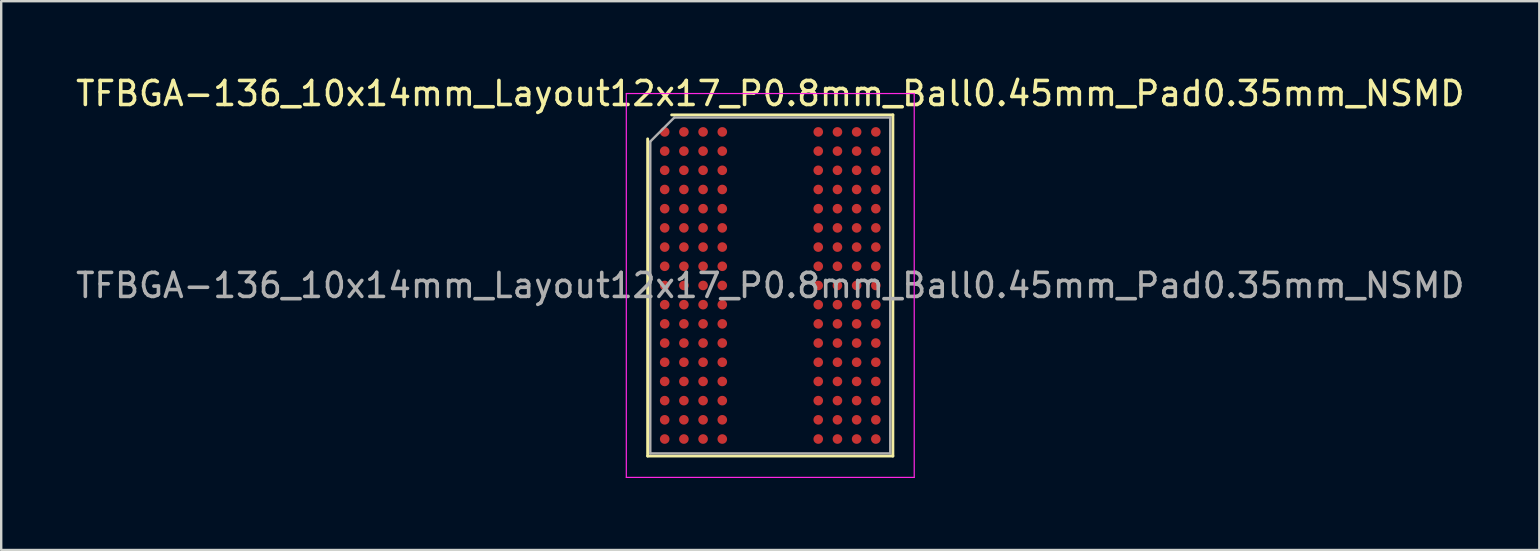
<source format=kicad_pcb>
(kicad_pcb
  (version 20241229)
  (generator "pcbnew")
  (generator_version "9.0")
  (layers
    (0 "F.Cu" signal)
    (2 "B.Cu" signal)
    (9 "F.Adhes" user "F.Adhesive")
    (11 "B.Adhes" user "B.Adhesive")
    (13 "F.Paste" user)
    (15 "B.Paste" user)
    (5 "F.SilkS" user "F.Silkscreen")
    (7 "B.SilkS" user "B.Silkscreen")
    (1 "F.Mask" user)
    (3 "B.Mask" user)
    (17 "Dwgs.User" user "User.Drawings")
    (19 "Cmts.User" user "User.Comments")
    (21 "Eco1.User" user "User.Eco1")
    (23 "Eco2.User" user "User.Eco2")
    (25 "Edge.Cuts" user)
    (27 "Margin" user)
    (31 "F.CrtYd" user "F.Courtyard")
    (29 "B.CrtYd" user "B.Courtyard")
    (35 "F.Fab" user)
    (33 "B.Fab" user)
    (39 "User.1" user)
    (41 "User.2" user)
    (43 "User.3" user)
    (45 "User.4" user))
  (footprint "TFBGA-136_10x14mm_Layout12x17_P0.8mm_Ball0.45mm_Pad0.35mm_NSMD"
    (layer "F.Cu")
    (at 29.054 8.848)
    (property "Reference" "TFBGA-136_10x14mm_Layout12x17_P0.8mm_Ball0.45mm_Pad0.35mm_NSMD" (at 0 -8 0) (layer "F.SilkS") (effects (font (size 1 1) (thickness 0.15))))
    (attr smd)
    (fp_line (start -5.11 7.11) (end -5.11 -6.11) (stroke (width 0.12) (type solid)) (layer "F.SilkS"))
    (fp_line (start -4.11 -7.11) (end 5.11 -7.11) (stroke (width 0.12) (type solid)) (layer "F.SilkS"))
    (fp_line (start 5.11 -7.11) (end 5.11 7.11) (stroke (width 0.12) (type solid)) (layer "F.SilkS"))
    (fp_line (start 5.11 7.11) (end -5.11 7.11) (stroke (width 0.12) (type solid)) (layer "F.SilkS"))
    (fp_line (start -6 -8) (end -6 8) (stroke (width 0.05) (type solid)) (layer "F.CrtYd"))
    (fp_line (start -6 8) (end 6 8) (stroke (width 0.05) (type solid)) (layer "F.CrtYd"))
    (fp_line (start 6 -8) (end -6 -8) (stroke (width 0.05) (type solid)) (layer "F.CrtYd"))
    (fp_line (start 6 8) (end 6 -8) (stroke (width 0.05) (type solid)) (layer "F.CrtYd"))
    (fp_line (start -5 -6) (end -4 -7) (stroke (width 0.1) (type solid)) (layer "F.Fab"))
    (fp_line (start -5 7) (end -5 -6) (stroke (width 0.1) (type solid)) (layer "F.Fab"))
    (fp_line (start -4 -7) (end 5 -7) (stroke (width 0.1) (type solid)) (layer "F.Fab"))
    (fp_line (start 5 -7) (end 5 7) (stroke (width 0.1) (type solid)) (layer "F.Fab"))
    (fp_line (start 5 7) (end -5 7) (stroke (width 0.1) (type solid)) (layer "F.Fab"))
    (fp_text user "${REFERENCE}" (at 0 0 0) (layer "F.Fab") (effects (font (size 1 1) (thickness 0.15))))
    (pad "A1" smd circle (at -4.4 -6.4) (size 0.4 0.4) (layers "F.Cu" "F.Mask" "F.Paste"))
    (pad "A2" smd circle (at -3.6 -6.4) (size 0.4 0.4) (layers "F.Cu" "F.Mask" "F.Paste"))
    (pad "A3" smd circle (at -2.8 -6.4) (size 0.4 0.4) (layers "F.Cu" "F.Mask" "F.Paste"))
    (pad "A4" smd circle (at -2 -6.4) (size 0.4 0.4) (layers "F.Cu" "F.Mask" "F.Paste"))
    (pad "A9" smd circle (at 2 -6.4) (size 0.4 0.4) (layers "F.Cu" "F.Mask" "F.Paste"))
    (pad "A10" smd circle (at 2.8 -6.4) (size 0.4 0.4) (layers "F.Cu" "F.Mask" "F.Paste"))
    (pad "A11" smd circle (at 3.6 -6.4) (size 0.4 0.4) (layers "F.Cu" "F.Mask" "F.Paste"))
    (pad "A12" smd circle (at 4.4 -6.4) (size 0.4 0.4) (layers "F.Cu" "F.Mask" "F.Paste"))
    (pad "B1" smd circle (at -4.4 -5.6) (size 0.4 0.4) (layers "F.Cu" "F.Mask" "F.Paste"))
    (pad "B2" smd circle (at -3.6 -5.6) (size 0.4 0.4) (layers "F.Cu" "F.Mask" "F.Paste"))
    (pad "B3" smd circle (at -2.8 -5.6) (size 0.4 0.4) (layers "F.Cu" "F.Mask" "F.Paste"))
    (pad "B4" smd circle (at -2 -5.6) (size 0.4 0.4) (layers "F.Cu" "F.Mask" "F.Paste"))
    (pad "B9" smd circle (at 2 -5.6) (size 0.4 0.4) (layers "F.Cu" "F.Mask" "F.Paste"))
    (pad "B10" smd circle (at 2.8 -5.6) (size 0.4 0.4) (layers "F.Cu" "F.Mask" "F.Paste"))
    (pad "B11" smd circle (at 3.6 -5.6) (size 0.4 0.4) (layers "F.Cu" "F.Mask" "F.Paste"))
    (pad "B12" smd circle (at 4.4 -5.6) (size 0.4 0.4) (layers "F.Cu" "F.Mask" "F.Paste"))
    (pad "C1" smd circle (at -4.4 -4.8) (size 0.4 0.4) (layers "F.Cu" "F.Mask" "F.Paste"))
    (pad "C2" smd circle (at -3.6 -4.8) (size 0.4 0.4) (layers "F.Cu" "F.Mask" "F.Paste"))
    (pad "C3" smd circle (at -2.8 -4.8) (size 0.4 0.4) (layers "F.Cu" "F.Mask" "F.Paste"))
    (pad "C4" smd circle (at -2 -4.8) (size 0.4 0.4) (layers "F.Cu" "F.Mask" "F.Paste"))
    (pad "C9" smd circle (at 2 -4.8) (size 0.4 0.4) (layers "F.Cu" "F.Mask" "F.Paste"))
    (pad "C10" smd circle (at 2.8 -4.8) (size 0.4 0.4) (layers "F.Cu" "F.Mask" "F.Paste"))
    (pad "C11" smd circle (at 3.6 -4.8) (size 0.4 0.4) (layers "F.Cu" "F.Mask" "F.Paste"))
    (pad "C12" smd circle (at 4.4 -4.8) (size 0.4 0.4) (layers "F.Cu" "F.Mask" "F.Paste"))
    (pad "D1" smd circle (at -4.4 -4) (size 0.4 0.4) (layers "F.Cu" "F.Mask" "F.Paste"))
    (pad "D2" smd circle (at -3.6 -4) (size 0.4 0.4) (layers "F.Cu" "F.Mask" "F.Paste"))
    (pad "D3" smd circle (at -2.8 -4) (size 0.4 0.4) (layers "F.Cu" "F.Mask" "F.Paste"))
    (pad "D4" smd circle (at -2 -4) (size 0.4 0.4) (layers "F.Cu" "F.Mask" "F.Paste"))
    (pad "D9" smd circle (at 2 -4) (size 0.4 0.4) (layers "F.Cu" "F.Mask" "F.Paste"))
    (pad "D10" smd circle (at 2.8 -4) (size 0.4 0.4) (layers "F.Cu" "F.Mask" "F.Paste"))
    (pad "D11" smd circle (at 3.6 -4) (size 0.4 0.4) (layers "F.Cu" "F.Mask" "F.Paste"))
    (pad "D12" smd circle (at 4.4 -4) (size 0.4 0.4) (layers "F.Cu" "F.Mask" "F.Paste"))
    (pad "E1" smd circle (at -4.4 -3.2) (size 0.4 0.4) (layers "F.Cu" "F.Mask" "F.Paste"))
    (pad "E2" smd circle (at -3.6 -3.2) (size 0.4 0.4) (layers "F.Cu" "F.Mask" "F.Paste"))
    (pad "E3" smd circle (at -2.8 -3.2) (size 0.4 0.4) (layers "F.Cu" "F.Mask" "F.Paste"))
    (pad "E4" smd circle (at -2 -3.2) (size 0.4 0.4) (layers "F.Cu" "F.Mask" "F.Paste"))
    (pad "E9" smd circle (at 2 -3.2) (size 0.4 0.4) (layers "F.Cu" "F.Mask" "F.Paste"))
    (pad "E10" smd circle (at 2.8 -3.2) (size 0.4 0.4) (layers "F.Cu" "F.Mask" "F.Paste"))
    (pad "E11" smd circle (at 3.6 -3.2) (size 0.4 0.4) (layers "F.Cu" "F.Mask" "F.Paste"))
    (pad "E12" smd circle (at 4.4 -3.2) (size 0.4 0.4) (layers "F.Cu" "F.Mask" "F.Paste"))
    (pad "F1" smd circle (at -4.4 -2.4) (size 0.4 0.4) (layers "F.Cu" "F.Mask" "F.Paste"))
    (pad "F2" smd circle (at -3.6 -2.4) (size 0.4 0.4) (layers "F.Cu" "F.Mask" "F.Paste"))
    (pad "F3" smd circle (at -2.8 -2.4) (size 0.4 0.4) (layers "F.Cu" "F.Mask" "F.Paste"))
    (pad "F4" smd circle (at -2 -2.4) (size 0.4 0.4) (layers "F.Cu" "F.Mask" "F.Paste"))
    (pad "F9" smd circle (at 2 -2.4) (size 0.4 0.4) (layers "F.Cu" "F.Mask" "F.Paste"))
    (pad "F10" smd circle (at 2.8 -2.4) (size 0.4 0.4) (layers "F.Cu" "F.Mask" "F.Paste"))
    (pad "F11" smd circle (at 3.6 -2.4) (size 0.4 0.4) (layers "F.Cu" "F.Mask" "F.Paste"))
    (pad "F12" smd circle (at 4.4 -2.4) (size 0.4 0.4) (layers "F.Cu" "F.Mask" "F.Paste"))
    (pad "G1" smd circle (at -4.4 -1.6) (size 0.4 0.4) (layers "F.Cu" "F.Mask" "F.Paste"))
    (pad "G2" smd circle (at -3.6 -1.6) (size 0.4 0.4) (layers "F.Cu" "F.Mask" "F.Paste"))
    (pad "G3" smd circle (at -2.8 -1.6) (size 0.4 0.4) (layers "F.Cu" "F.Mask" "F.Paste"))
    (pad "G4" smd circle (at -2 -1.6) (size 0.4 0.4) (layers "F.Cu" "F.Mask" "F.Paste"))
    (pad "G9" smd circle (at 2 -1.6) (size 0.4 0.4) (layers "F.Cu" "F.Mask" "F.Paste"))
    (pad "G10" smd circle (at 2.8 -1.6) (size 0.4 0.4) (layers "F.Cu" "F.Mask" "F.Paste"))
    (pad "G11" smd circle (at 3.6 -1.6) (size 0.4 0.4) (layers "F.Cu" "F.Mask" "F.Paste"))
    (pad "G12" smd circle (at 4.4 -1.6) (size 0.4 0.4) (layers "F.Cu" "F.Mask" "F.Paste"))
    (pad "H1" smd circle (at -4.4 -0.8) (size 0.4 0.4) (layers "F.Cu" "F.Mask" "F.Paste"))
    (pad "H2" smd circle (at -3.6 -0.8) (size 0.4 0.4) (layers "F.Cu" "F.Mask" "F.Paste"))
    (pad "H3" smd circle (at -2.8 -0.8) (size 0.4 0.4) (layers "F.Cu" "F.Mask" "F.Paste"))
    (pad "H4" smd circle (at -2 -0.8) (size 0.4 0.4) (layers "F.Cu" "F.Mask" "F.Paste"))
    (pad "H9" smd circle (at 2 -0.8) (size 0.4 0.4) (layers "F.Cu" "F.Mask" "F.Paste"))
    (pad "H10" smd circle (at 2.8 -0.8) (size 0.4 0.4) (layers "F.Cu" "F.Mask" "F.Paste"))
    (pad "H11" smd circle (at 3.6 -0.8) (size 0.4 0.4) (layers "F.Cu" "F.Mask" "F.Paste"))
    (pad "H12" smd circle (at 4.4 -0.8) (size 0.4 0.4) (layers "F.Cu" "F.Mask" "F.Paste"))
    (pad "J1" smd circle (at -4.4 0) (size 0.4 0.4) (layers "F.Cu" "F.Mask" "F.Paste"))
    (pad "J2" smd circle (at -3.6 0) (size 0.4 0.4) (layers "F.Cu" "F.Mask" "F.Paste"))
    (pad "J3" smd circle (at -2.8 0) (size 0.4 0.4) (layers "F.Cu" "F.Mask" "F.Paste"))
    (pad "J4" smd circle (at -2 0) (size 0.4 0.4) (layers "F.Cu" "F.Mask" "F.Paste"))
    (pad "J9" smd circle (at 2 0) (size 0.4 0.4) (layers "F.Cu" "F.Mask" "F.Paste"))
    (pad "J10" smd circle (at 2.8 0) (size 0.4 0.4) (layers "F.Cu" "F.Mask" "F.Paste"))
    (pad "J11" smd circle (at 3.6 0) (size 0.4 0.4) (layers "F.Cu" "F.Mask" "F.Paste"))
    (pad "J12" smd circle (at 4.4 0) (size 0.4 0.4) (layers "F.Cu" "F.Mask" "F.Paste"))
    (pad "K1" smd circle (at -4.4 0.8) (size 0.4 0.4) (layers "F.Cu" "F.Mask" "F.Paste"))
    (pad "K2" smd circle (at -3.6 0.8) (size 0.4 0.4) (layers "F.Cu" "F.Mask" "F.Paste"))
    (pad "K3" smd circle (at -2.8 0.8) (size 0.4 0.4) (layers "F.Cu" "F.Mask" "F.Paste"))
    (pad "K4" smd circle (at -2 0.8) (size 0.4 0.4) (layers "F.Cu" "F.Mask" "F.Paste"))
    (pad "K9" smd circle (at 2 0.8) (size 0.4 0.4) (layers "F.Cu" "F.Mask" "F.Paste"))
    (pad "K10" smd circle (at 2.8 0.8) (size 0.4 0.4) (layers "F.Cu" "F.Mask" "F.Paste"))
    (pad "K11" smd circle (at 3.6 0.8) (size 0.4 0.4) (layers "F.Cu" "F.Mask" "F.Paste"))
    (pad "K12" smd circle (at 4.4 0.8) (size 0.4 0.4) (layers "F.Cu" "F.Mask" "F.Paste"))
    (pad "L1" smd circle (at -4.4 1.6) (size 0.4 0.4) (layers "F.Cu" "F.Mask" "F.Paste"))
    (pad "L2" smd circle (at -3.6 1.6) (size 0.4 0.4) (layers "F.Cu" "F.Mask" "F.Paste"))
    (pad "L3" smd circle (at -2.8 1.6) (size 0.4 0.4) (layers "F.Cu" "F.Mask" "F.Paste"))
    (pad "L4" smd circle (at -2 1.6) (size 0.4 0.4) (layers "F.Cu" "F.Mask" "F.Paste"))
    (pad "L9" smd circle (at 2 1.6) (size 0.4 0.4) (layers "F.Cu" "F.Mask" "F.Paste"))
    (pad "L10" smd circle (at 2.8 1.6) (size 0.4 0.4) (layers "F.Cu" "F.Mask" "F.Paste"))
    (pad "L11" smd circle (at 3.6 1.6) (size 0.4 0.4) (layers "F.Cu" "F.Mask" "F.Paste"))
    (pad "L12" smd circle (at 4.4 1.6) (size 0.4 0.4) (layers "F.Cu" "F.Mask" "F.Paste"))
    (pad "M1" smd circle (at -4.4 2.4) (size 0.4 0.4) (layers "F.Cu" "F.Mask" "F.Paste"))
    (pad "M2" smd circle (at -3.6 2.4) (size 0.4 0.4) (layers "F.Cu" "F.Mask" "F.Paste"))
    (pad "M3" smd circle (at -2.8 2.4) (size 0.4 0.4) (layers "F.Cu" "F.Mask" "F.Paste"))
    (pad "M4" smd circle (at -2 2.4) (size 0.4 0.4) (layers "F.Cu" "F.Mask" "F.Paste"))
    (pad "M9" smd circle (at 2 2.4) (size 0.4 0.4) (layers "F.Cu" "F.Mask" "F.Paste"))
    (pad "M10" smd circle (at 2.8 2.4) (size 0.4 0.4) (layers "F.Cu" "F.Mask" "F.Paste"))
    (pad "M11" smd circle (at 3.6 2.4) (size 0.4 0.4) (layers "F.Cu" "F.Mask" "F.Paste"))
    (pad "M12" smd circle (at 4.4 2.4) (size 0.4 0.4) (layers "F.Cu" "F.Mask" "F.Paste"))
    (pad "N1" smd circle (at -4.4 3.2) (size 0.4 0.4) (layers "F.Cu" "F.Mask" "F.Paste"))
    (pad "N2" smd circle (at -3.6 3.2) (size 0.4 0.4) (layers "F.Cu" "F.Mask" "F.Paste"))
    (pad "N3" smd circle (at -2.8 3.2) (size 0.4 0.4) (layers "F.Cu" "F.Mask" "F.Paste"))
    (pad "N4" smd circle (at -2 3.2) (size 0.4 0.4) (layers "F.Cu" "F.Mask" "F.Paste"))
    (pad "N9" smd circle (at 2 3.2) (size 0.4 0.4) (layers "F.Cu" "F.Mask" "F.Paste"))
    (pad "N10" smd circle (at 2.8 3.2) (size 0.4 0.4) (layers "F.Cu" "F.Mask" "F.Paste"))
    (pad "N11" smd circle (at 3.6 3.2) (size 0.4 0.4) (layers "F.Cu" "F.Mask" "F.Paste"))
    (pad "N12" smd circle (at 4.4 3.2) (size 0.4 0.4) (layers "F.Cu" "F.Mask" "F.Paste"))
    (pad "P1" smd circle (at -4.4 4) (size 0.4 0.4) (layers "F.Cu" "F.Mask" "F.Paste"))
    (pad "P2" smd circle (at -3.6 4) (size 0.4 0.4) (layers "F.Cu" "F.Mask" "F.Paste"))
    (pad "P3" smd circle (at -2.8 4) (size 0.4 0.4) (layers "F.Cu" "F.Mask" "F.Paste"))
    (pad "P4" smd circle (at -2 4) (size 0.4 0.4) (layers "F.Cu" "F.Mask" "F.Paste"))
    (pad "P9" smd circle (at 2 4) (size 0.4 0.4) (layers "F.Cu" "F.Mask" "F.Paste"))
    (pad "P10" smd circle (at 2.8 4) (size 0.4 0.4) (layers "F.Cu" "F.Mask" "F.Paste"))
    (pad "P11" smd circle (at 3.6 4) (size 0.4 0.4) (layers "F.Cu" "F.Mask" "F.Paste"))
    (pad "P12" smd circle (at 4.4 4) (size 0.4 0.4) (layers "F.Cu" "F.Mask" "F.Paste"))
    (pad "R1" smd circle (at -4.4 4.8) (size 0.4 0.4) (layers "F.Cu" "F.Mask" "F.Paste"))
    (pad "R2" smd circle (at -3.6 4.8) (size 0.4 0.4) (layers "F.Cu" "F.Mask" "F.Paste"))
    (pad "R3" smd circle (at -2.8 4.8) (size 0.4 0.4) (layers "F.Cu" "F.Mask" "F.Paste"))
    (pad "R4" smd circle (at -2 4.8) (size 0.4 0.4) (layers "F.Cu" "F.Mask" "F.Paste"))
    (pad "R9" smd circle (at 2 4.8) (size 0.4 0.4) (layers "F.Cu" "F.Mask" "F.Paste"))
    (pad "R10" smd circle (at 2.8 4.8) (size 0.4 0.4) (layers "F.Cu" "F.Mask" "F.Paste"))
    (pad "R11" smd circle (at 3.6 4.8) (size 0.4 0.4) (layers "F.Cu" "F.Mask" "F.Paste"))
    (pad "R12" smd circle (at 4.4 4.8) (size 0.4 0.4) (layers "F.Cu" "F.Mask" "F.Paste"))
    (pad "T1" smd circle (at -4.4 5.6) (size 0.4 0.4) (layers "F.Cu" "F.Mask" "F.Paste"))
    (pad "T2" smd circle (at -3.6 5.6) (size 0.4 0.4) (layers "F.Cu" "F.Mask" "F.Paste"))
    (pad "T3" smd circle (at -2.8 5.6) (size 0.4 0.4) (layers "F.Cu" "F.Mask" "F.Paste"))
    (pad "T4" smd circle (at -2 5.6) (size 0.4 0.4) (layers "F.Cu" "F.Mask" "F.Paste"))
    (pad "T9" smd circle (at 2 5.6) (size 0.4 0.4) (layers "F.Cu" "F.Mask" "F.Paste"))
    (pad "T10" smd circle (at 2.8 5.6) (size 0.4 0.4) (layers "F.Cu" "F.Mask" "F.Paste"))
    (pad "T11" smd circle (at 3.6 5.6) (size 0.4 0.4) (layers "F.Cu" "F.Mask" "F.Paste"))
    (pad "T12" smd circle (at 4.4 5.6) (size 0.4 0.4) (layers "F.Cu" "F.Mask" "F.Paste"))
    (pad "U1" smd circle (at -4.4 6.4) (size 0.4 0.4) (layers "F.Cu" "F.Mask" "F.Paste"))
    (pad "U2" smd circle (at -3.6 6.4) (size 0.4 0.4) (layers "F.Cu" "F.Mask" "F.Paste"))
    (pad "U3" smd circle (at -2.8 6.4) (size 0.4 0.4) (layers "F.Cu" "F.Mask" "F.Paste"))
    (pad "U4" smd circle (at -2 6.4) (size 0.4 0.4) (layers "F.Cu" "F.Mask" "F.Paste"))
    (pad "U9" smd circle (at 2 6.4) (size 0.4 0.4) (layers "F.Cu" "F.Mask" "F.Paste"))
    (pad "U10" smd circle (at 2.8 6.4) (size 0.4 0.4) (layers "F.Cu" "F.Mask" "F.Paste"))
    (pad "U11" smd circle (at 3.6 6.4) (size 0.4 0.4) (layers "F.Cu" "F.Mask" "F.Paste"))
    (pad "U12" smd circle (at 4.4 6.4) (size 0.4 0.4) (layers "F.Cu" "F.Mask" "F.Paste")))
  (gr_rect
    (start -3 -3)
    (end 61.107 19.873)
    (stroke (width 0.1) (type default))
    (fill no)
    (layer "Edge.Cuts")))
</source>
